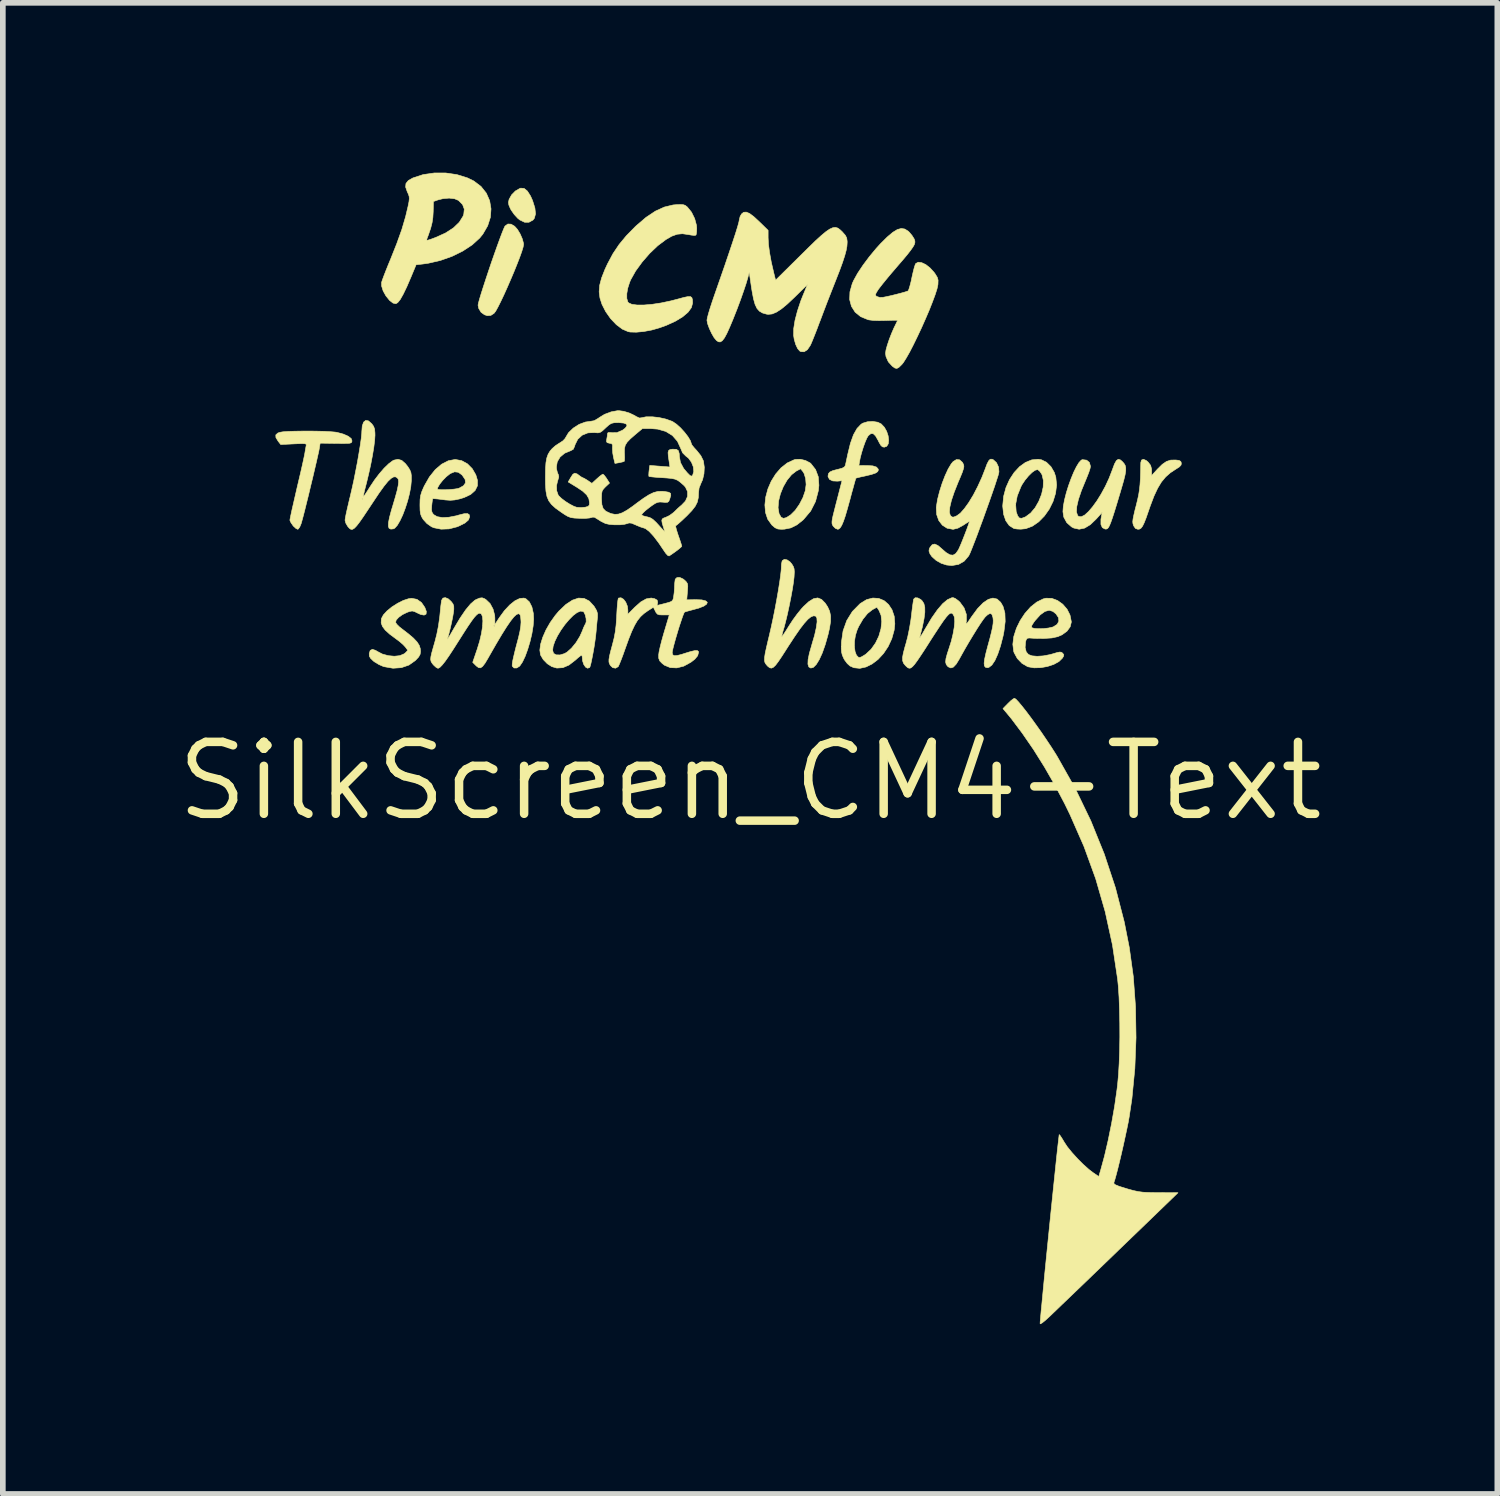
<source format=kicad_pcb>
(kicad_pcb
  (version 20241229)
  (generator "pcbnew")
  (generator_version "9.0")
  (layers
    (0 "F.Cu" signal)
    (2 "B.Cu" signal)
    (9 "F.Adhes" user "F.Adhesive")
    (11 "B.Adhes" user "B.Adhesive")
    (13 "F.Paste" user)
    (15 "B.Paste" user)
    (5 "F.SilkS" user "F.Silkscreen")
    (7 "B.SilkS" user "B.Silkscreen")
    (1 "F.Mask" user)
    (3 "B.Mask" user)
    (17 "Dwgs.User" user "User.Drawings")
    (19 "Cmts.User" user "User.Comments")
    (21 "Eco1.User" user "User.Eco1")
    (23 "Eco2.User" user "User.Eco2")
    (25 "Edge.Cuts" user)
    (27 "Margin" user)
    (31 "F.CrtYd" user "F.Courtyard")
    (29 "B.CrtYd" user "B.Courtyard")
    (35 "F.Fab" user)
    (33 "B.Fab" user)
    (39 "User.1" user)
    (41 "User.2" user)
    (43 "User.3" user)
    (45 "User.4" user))
  (footprint "SilkScreen_CM4-Text"
    (layer "F.Cu")
    (at 10.198 10.743)
    (property "Reference" "SilkScreen_CM4-Text" (at 0 0 0) (layer "F.SilkS") (effects (font (size 1.27 1.27) (thickness 0.15))))
    (attr through_hole)
    (fp_poly (pts (xy -3.991 -10.465) (xy -3.934 -10.419) (xy -3.879 -10.333) (xy -3.843 -10.253) (xy -3.801 -10.12) (xy -3.79 -10.015) (xy -3.811 -9.937) (xy -3.835 -9.907) (xy -3.905 -9.868) (xy -3.983 -9.868) (xy -4.067 -9.908) (xy -4.105 -9.939) (xy -4.165 -10.004) (xy -4.218 -10.08) (xy -4.234 -10.108) (xy -4.261 -10.172) (xy -4.268 -10.219) (xy -4.257 -10.27) (xy -4.255 -10.275) (xy -4.212 -10.352) (xy -4.145 -10.42) (xy -4.068 -10.464) (xy -4.051 -10.47) (xy -3.991 -10.465)) (stroke (width 0.01) (type solid)) (fill yes) (layer "F.SilkS"))
    (fp_poly (pts (xy -4.222 -9.834) (xy -4.159 -9.797) (xy -4.109 -9.741) (xy -4.061 -9.661) (xy -4.023 -9.573) (xy -4.002 -9.495) (xy -4.001 -9.475) (xy -4.009 -9.429) (xy -4.033 -9.35) (xy -4.07 -9.247) (xy -4.117 -9.126) (xy -4.171 -8.992) (xy -4.23 -8.853) (xy -4.29 -8.715) (xy -4.349 -8.584) (xy -4.405 -8.466) (xy -4.454 -8.369) (xy -4.493 -8.298) (xy -4.521 -8.261) (xy -4.521 -8.26) (xy -4.58 -8.222) (xy -4.642 -8.218) (xy -4.691 -8.234) (xy -4.752 -8.278) (xy -4.793 -8.346) (xy -4.805 -8.403) (xy -4.798 -8.44) (xy -4.779 -8.51) (xy -4.75 -8.607) (xy -4.712 -8.726) (xy -4.668 -8.861) (xy -4.62 -9.005) (xy -4.57 -9.154) (xy -4.519 -9.3) (xy -4.47 -9.438) (xy -4.425 -9.562) (xy -4.386 -9.666) (xy -4.355 -9.744) (xy -4.334 -9.791) (xy -4.328 -9.801) (xy -4.278 -9.837) (xy -4.222 -9.834)) (stroke (width 0.01) (type solid)) (fill yes) (layer "F.SilkS"))
    (fp_poly (pts (xy 6.996 -5.66) (xy 7.029 -5.632) (xy 7.073 -5.575) (xy 7.09 -5.511) (xy 7.091 -5.482) (xy 7.091 -5.394) (xy 7.196 -5.509) (xy 7.28 -5.592) (xy 7.354 -5.643) (xy 7.429 -5.667) (xy 7.516 -5.669) (xy 7.517 -5.669) (xy 7.576 -5.661) (xy 7.606 -5.644) (xy 7.616 -5.615) (xy 7.612 -5.581) (xy 7.584 -5.549) (xy 7.524 -5.51) (xy 7.522 -5.509) (xy 7.423 -5.444) (xy 7.339 -5.37) (xy 7.265 -5.281) (xy 7.198 -5.17) (xy 7.133 -5.031) (xy 7.068 -4.86) (xy 7.038 -4.773) (xy 6.995 -4.649) (xy 6.96 -4.56) (xy 6.931 -4.5) (xy 6.904 -4.465) (xy 6.876 -4.448) (xy 6.849 -4.445) (xy 6.806 -4.46) (xy 6.773 -4.508) (xy 6.772 -4.512) (xy 6.762 -4.543) (xy 6.758 -4.578) (xy 6.763 -4.625) (xy 6.776 -4.691) (xy 6.798 -4.786) (xy 6.816 -4.855) (xy 6.842 -4.96) (xy 6.862 -5.052) (xy 6.876 -5.14) (xy 6.886 -5.234) (xy 6.893 -5.342) (xy 6.897 -5.475) (xy 6.9 -5.623) (xy 6.913 -5.668) (xy 6.947 -5.681) (xy 6.996 -5.66)) (stroke (width 0.01) (type solid)) (fill yes) (layer "F.SilkS"))
    (fp_poly (pts (xy 2.272 -3.224) (xy 2.366 -3.185) (xy 2.445 -3.117) (xy 2.506 -3.024) (xy 2.545 -2.909) (xy 2.556 -2.775) (xy 2.544 -2.662) (xy 2.502 -2.512) (xy 2.438 -2.374) (xy 2.356 -2.251) (xy 2.26 -2.147) (xy 2.155 -2.067) (xy 2.046 -2.013) (xy 1.937 -1.989) (xy 1.833 -2) (xy 1.765 -2.03) (xy 1.716 -2.074) (xy 1.668 -2.138) (xy 1.652 -2.168) (xy 1.628 -2.223) (xy 1.615 -2.277) (xy 1.61 -2.343) (xy 1.611 -2.371) (xy 1.842 -2.371) (xy 1.854 -2.285) (xy 1.878 -2.221) (xy 1.913 -2.185) (xy 1.935 -2.18) (xy 1.967 -2.192) (xy 2.018 -2.222) (xy 2.046 -2.241) (xy 2.138 -2.327) (xy 2.215 -2.436) (xy 2.274 -2.559) (xy 2.311 -2.688) (xy 2.325 -2.813) (xy 2.313 -2.925) (xy 2.277 -3.011) (xy 2.239 -3.069) (xy 2.158 -3.024) (xy 2.073 -2.957) (xy 1.992 -2.856) (xy 1.919 -2.731) (xy 1.891 -2.669) (xy 1.86 -2.571) (xy 1.844 -2.469) (xy 1.842 -2.371) (xy 1.611 -2.371) (xy 1.613 -2.435) (xy 1.613 -2.45) (xy 1.642 -2.651) (xy 1.707 -2.833) (xy 1.806 -2.993) (xy 1.939 -3.128) (xy 1.947 -3.135) (xy 2.058 -3.203) (xy 2.168 -3.231) (xy 2.272 -3.224)) (stroke (width 0.01) (type solid)) (fill yes) (layer "F.SilkS"))
    (fp_poly (pts (xy 0.978 -5.66) (xy 1.057 -5.619) (xy 1.073 -5.606) (xy 1.156 -5.5) (xy 1.204 -5.372) (xy 1.215 -5.222) (xy 1.205 -5.126) (xy 1.155 -4.936) (xy 1.069 -4.767) (xy 0.947 -4.622) (xy 0.935 -4.61) (xy 0.826 -4.523) (xy 0.72 -4.47) (xy 0.605 -4.447) (xy 0.551 -4.445) (xy 0.49 -4.45) (xy 0.441 -4.472) (xy 0.387 -4.518) (xy 0.381 -4.525) (xy 0.311 -4.623) (xy 0.272 -4.741) (xy 0.265 -4.825) (xy 0.494 -4.825) (xy 0.511 -4.724) (xy 0.515 -4.714) (xy 0.547 -4.659) (xy 0.587 -4.638) (xy 0.64 -4.651) (xy 0.712 -4.697) (xy 0.721 -4.704) (xy 0.798 -4.781) (xy 0.871 -4.886) (xy 0.933 -5.005) (xy 0.974 -5.124) (xy 0.975 -5.128) (xy 0.989 -5.235) (xy 0.981 -5.34) (xy 0.954 -5.429) (xy 0.932 -5.465) (xy 0.892 -5.514) (xy 0.816 -5.474) (xy 0.731 -5.408) (xy 0.653 -5.313) (xy 0.586 -5.197) (xy 0.535 -5.071) (xy 0.503 -4.944) (xy 0.494 -4.825) (xy 0.265 -4.825) (xy 0.261 -4.874) (xy 0.276 -5.015) (xy 0.314 -5.157) (xy 0.373 -5.294) (xy 0.452 -5.421) (xy 0.546 -5.53) (xy 0.655 -5.616) (xy 0.776 -5.672) (xy 0.804 -5.679) (xy 0.887 -5.682) (xy 0.978 -5.66)) (stroke (width 0.01) (type solid)) (fill yes) (layer "F.SilkS"))
    (fp_poly (pts (xy 5.147 -5.672) (xy 5.235 -5.628) (xy 5.313 -5.551) (xy 5.372 -5.45) (xy 5.399 -5.367) (xy 5.413 -5.227) (xy 5.395 -5.082) (xy 5.351 -4.938) (xy 5.284 -4.802) (xy 5.198 -4.68) (xy 5.098 -4.578) (xy 4.987 -4.501) (xy 4.869 -4.456) (xy 4.782 -4.447) (xy 4.717 -4.45) (xy 4.667 -4.457) (xy 4.657 -4.46) (xy 4.577 -4.511) (xy 4.516 -4.596) (xy 4.477 -4.71) (xy 4.462 -4.848) (xy 4.462 -4.867) (xy 4.464 -4.887) (xy 4.69 -4.887) (xy 4.699 -4.757) (xy 4.725 -4.683) (xy 4.754 -4.645) (xy 4.796 -4.639) (xy 4.858 -4.662) (xy 4.866 -4.666) (xy 4.955 -4.732) (xy 5.034 -4.826) (xy 5.099 -4.94) (xy 5.148 -5.064) (xy 5.176 -5.189) (xy 5.18 -5.306) (xy 5.157 -5.405) (xy 5.15 -5.419) (xy 5.117 -5.468) (xy 5.083 -5.497) (xy 5.076 -5.499) (xy 5.034 -5.488) (xy 4.979 -5.449) (xy 4.917 -5.388) (xy 4.856 -5.314) (xy 4.803 -5.235) (xy 4.784 -5.199) (xy 4.718 -5.035) (xy 4.69 -4.887) (xy 4.464 -4.887) (xy 4.478 -5.029) (xy 4.519 -5.182) (xy 4.582 -5.323) (xy 4.663 -5.447) (xy 4.758 -5.55) (xy 4.863 -5.626) (xy 4.974 -5.671) (xy 5.088 -5.682) (xy 5.147 -5.672)) (stroke (width 0.01) (type solid)) (fill yes) (layer "F.SilkS"))
    (fp_poly (pts (xy -5.884 -3.208) (xy -5.804 -3.151) (xy -5.745 -3.065) (xy -5.718 -2.993) (xy -5.723 -2.947) (xy -5.758 -2.929) (xy -5.82 -2.941) (xy -5.872 -2.965) (xy -5.929 -2.993) (xy -5.969 -3.002) (xy -6.013 -2.994) (xy -6.06 -2.977) (xy -6.142 -2.937) (xy -6.208 -2.889) (xy -6.251 -2.841) (xy -6.261 -2.8) (xy -6.241 -2.768) (xy -6.197 -2.724) (xy -6.159 -2.694) (xy -6.037 -2.6) (xy -5.946 -2.523) (xy -5.883 -2.456) (xy -5.844 -2.396) (xy -5.825 -2.337) (xy -5.821 -2.288) (xy -5.828 -2.237) (xy -5.854 -2.19) (xy -5.907 -2.133) (xy -5.913 -2.127) (xy -6.026 -2.047) (xy -6.16 -2.001) (xy -6.307 -1.991) (xy -6.462 -2.018) (xy -6.477 -2.022) (xy -6.555 -2.056) (xy -6.633 -2.103) (xy -6.653 -2.118) (xy -6.703 -2.166) (xy -6.725 -2.205) (xy -6.727 -2.251) (xy -6.709 -2.306) (xy -6.67 -2.325) (xy -6.613 -2.306) (xy -6.588 -2.29) (xy -6.496 -2.242) (xy -6.391 -2.213) (xy -6.284 -2.203) (xy -6.187 -2.213) (xy -6.111 -2.245) (xy -6.09 -2.261) (xy -6.045 -2.307) (xy -6.088 -2.365) (xy -6.129 -2.409) (xy -6.19 -2.462) (xy -6.246 -2.504) (xy -6.362 -2.59) (xy -6.444 -2.664) (xy -6.493 -2.729) (xy -6.516 -2.791) (xy -6.513 -2.856) (xy -6.511 -2.869) (xy -6.477 -2.933) (xy -6.412 -3.004) (xy -6.326 -3.074) (xy -6.227 -3.137) (xy -6.126 -3.188) (xy -6.031 -3.219) (xy -5.977 -3.226) (xy -5.884 -3.208)) (stroke (width 0.01) (type solid)) (fill yes) (layer "F.SilkS"))
    (fp_poly (pts (xy -7.651 -6.178) (xy -7.524 -6.175) (xy -7.415 -6.169) (xy -7.332 -6.162) (xy -7.298 -6.157) (xy -7.183 -6.126) (xy -7.097 -6.088) (xy -7.045 -6.047) (xy -7.031 -6.005) (xy -7.036 -5.986) (xy -7.047 -5.973) (xy -7.072 -5.965) (xy -7.118 -5.962) (xy -7.191 -5.961) (xy -7.299 -5.962) (xy -7.316 -5.962) (xy -7.594 -5.966) (xy -7.608 -5.877) (xy -7.617 -5.827) (xy -7.636 -5.743) (xy -7.661 -5.632) (xy -7.692 -5.5) (xy -7.726 -5.354) (xy -7.763 -5.203) (xy -7.799 -5.051) (xy -7.835 -4.907) (xy -7.867 -4.777) (xy -7.895 -4.669) (xy -7.917 -4.588) (xy -7.929 -4.546) (xy -7.953 -4.488) (xy -7.978 -4.451) (xy -7.99 -4.445) (xy -8.021 -4.46) (xy -8.062 -4.497) (xy -8.073 -4.51) (xy -8.108 -4.56) (xy -8.127 -4.601) (xy -8.128 -4.608) (xy -8.123 -4.637) (xy -8.11 -4.701) (xy -8.09 -4.794) (xy -8.063 -4.911) (xy -8.032 -5.046) (xy -8.003 -5.172) (xy -7.968 -5.321) (xy -7.935 -5.461) (xy -7.907 -5.584) (xy -7.885 -5.685) (xy -7.87 -5.757) (xy -7.864 -5.789) (xy -7.853 -5.856) (xy -7.843 -5.911) (xy -7.841 -5.919) (xy -7.839 -5.939) (xy -7.846 -5.951) (xy -7.87 -5.957) (xy -7.918 -5.959) (xy -7.996 -5.956) (xy -8.061 -5.953) (xy -8.29 -5.942) (xy -8.336 -6.001) (xy -8.375 -6.065) (xy -8.377 -6.112) (xy -8.341 -6.145) (xy -8.303 -6.158) (xy -8.25 -6.167) (xy -8.163 -6.173) (xy -8.051 -6.177) (xy -7.923 -6.179) (xy -7.786 -6.18) (xy -7.651 -6.178)) (stroke (width 0.01) (type solid)) (fill yes) (layer "F.SilkS"))
    (fp_poly (pts (xy 6.539 -5.671) (xy 6.571 -5.644) (xy 6.603 -5.609) (xy 6.624 -5.574) (xy 6.634 -5.532) (xy 6.634 -5.477) (xy 6.622 -5.404) (xy 6.598 -5.306) (xy 6.561 -5.178) (xy 6.53 -5.073) (xy 6.477 -4.896) (xy 6.434 -4.756) (xy 6.399 -4.648) (xy 6.371 -4.568) (xy 6.348 -4.512) (xy 6.329 -4.477) (xy 6.311 -4.457) (xy 6.292 -4.449) (xy 6.272 -4.449) (xy 6.27 -4.449) (xy 6.221 -4.474) (xy 6.196 -4.531) (xy 6.196 -4.621) (xy 6.202 -4.656) (xy 6.218 -4.744) (xy 6.115 -4.629) (xy 6.009 -4.527) (xy 5.908 -4.466) (xy 5.811 -4.446) (xy 5.717 -4.467) (xy 5.678 -4.487) (xy 5.593 -4.562) (xy 5.54 -4.66) (xy 5.525 -4.758) (xy 5.532 -4.852) (xy 5.553 -4.964) (xy 5.584 -5.087) (xy 5.623 -5.213) (xy 5.668 -5.337) (xy 5.715 -5.452) (xy 5.763 -5.549) (xy 5.808 -5.623) (xy 5.849 -5.667) (xy 5.869 -5.675) (xy 5.943 -5.666) (xy 5.992 -5.626) (xy 6.011 -5.558) (xy 6.011 -5.553) (xy 6.003 -5.514) (xy 5.981 -5.447) (xy 5.948 -5.364) (xy 5.928 -5.315) (xy 5.851 -5.128) (xy 5.798 -4.971) (xy 5.769 -4.845) (xy 5.764 -4.75) (xy 5.784 -4.689) (xy 5.803 -4.671) (xy 5.848 -4.666) (xy 5.907 -4.695) (xy 5.974 -4.755) (xy 6.048 -4.841) (xy 6.125 -4.947) (xy 6.201 -5.07) (xy 6.274 -5.204) (xy 6.34 -5.346) (xy 6.396 -5.491) (xy 6.4 -5.502) (xy 6.436 -5.599) (xy 6.469 -5.658) (xy 6.502 -5.681) (xy 6.539 -5.671)) (stroke (width 0.01) (type solid)) (fill yes) (layer "F.SilkS"))
    (fp_poly (pts (xy -1.182 -10.178) (xy -1.146 -10.166) (xy -1.115 -10.142) (xy -1.108 -10.136) (xy -1.035 -10.046) (xy -0.979 -9.932) (xy -0.947 -9.813) (xy -0.943 -9.765) (xy -0.945 -9.7) (xy -0.952 -9.653) (xy -0.958 -9.64) (xy -0.985 -9.635) (xy -1.04 -9.641) (xy -1.089 -9.65) (xy -1.195 -9.665) (xy -1.289 -9.656) (xy -1.386 -9.621) (xy -1.486 -9.563) (xy -1.631 -9.454) (xy -1.774 -9.318) (xy -1.907 -9.165) (xy -2.022 -9.007) (xy -2.109 -8.852) (xy -2.128 -8.807) (xy -2.161 -8.704) (xy -2.178 -8.606) (xy -2.178 -8.522) (xy -2.16 -8.461) (xy -2.146 -8.444) (xy -2.088 -8.418) (xy -1.996 -8.406) (xy -1.876 -8.406) (xy -1.733 -8.418) (xy -1.574 -8.442) (xy -1.404 -8.478) (xy -1.276 -8.511) (xy -1.17 -8.54) (xy -1.097 -8.555) (xy -1.052 -8.554) (xy -1.028 -8.535) (xy -1.018 -8.497) (xy -1.016 -8.44) (xy -1.037 -8.36) (xy -1.096 -8.279) (xy -1.191 -8.198) (xy -1.318 -8.121) (xy -1.475 -8.049) (xy -1.599 -8.004) (xy -1.739 -7.964) (xy -1.88 -7.938) (xy -2.01 -7.926) (xy -2.118 -7.929) (xy -2.154 -7.936) (xy -2.258 -7.981) (xy -2.363 -8.06) (xy -2.463 -8.165) (xy -2.551 -8.29) (xy -2.616 -8.418) (xy -2.652 -8.53) (xy -2.666 -8.639) (xy -2.657 -8.755) (xy -2.623 -8.884) (xy -2.564 -9.034) (xy -2.518 -9.133) (xy -2.422 -9.313) (xy -2.314 -9.474) (xy -2.186 -9.629) (xy -2.03 -9.788) (xy -2.01 -9.807) (xy -1.837 -9.955) (xy -1.673 -10.064) (xy -1.515 -10.136) (xy -1.361 -10.173) (xy -1.317 -10.177) (xy -1.235 -10.181) (xy -1.182 -10.178)) (stroke (width 0.01) (type solid)) (fill yes) (layer "F.SilkS"))
    (fp_poly (pts (xy 5.329 -3.225) (xy 5.43 -3.187) (xy 5.522 -3.121) (xy 5.598 -3.033) (xy 5.65 -2.93) (xy 5.672 -2.819) (xy 5.673 -2.806) (xy 5.653 -2.723) (xy 5.597 -2.646) (xy 5.511 -2.583) (xy 5.434 -2.549) (xy 5.33 -2.526) (xy 5.191 -2.517) (xy 5.024 -2.519) (xy 4.933 -2.525) (xy 4.896 -2.521) (xy 4.875 -2.493) (xy 4.865 -2.455) (xy 4.857 -2.357) (xy 4.877 -2.279) (xy 4.917 -2.233) (xy 4.979 -2.21) (xy 5.069 -2.202) (xy 5.178 -2.209) (xy 5.294 -2.231) (xy 5.345 -2.245) (xy 5.422 -2.268) (xy 5.469 -2.277) (xy 5.498 -2.273) (xy 5.519 -2.258) (xy 5.52 -2.257) (xy 5.54 -2.23) (xy 5.535 -2.201) (xy 5.515 -2.169) (xy 5.454 -2.109) (xy 5.363 -2.059) (xy 5.251 -2.022) (xy 5.132 -2.001) (xy 5.015 -1.998) (xy 4.912 -2.016) (xy 4.9 -2.02) (xy 4.802 -2.077) (xy 4.719 -2.163) (xy 4.663 -2.266) (xy 4.655 -2.29) (xy 4.64 -2.414) (xy 4.657 -2.551) (xy 4.702 -2.692) (xy 4.715 -2.72) (xy 4.969 -2.72) (xy 4.979 -2.706) (xy 5.024 -2.693) (xy 5.096 -2.689) (xy 5.182 -2.691) (xy 5.268 -2.701) (xy 5.339 -2.717) (xy 5.355 -2.722) (xy 5.423 -2.766) (xy 5.453 -2.822) (xy 5.446 -2.886) (xy 5.402 -2.951) (xy 5.347 -2.995) (xy 5.282 -3.015) (xy 5.207 -2.994) (xy 5.124 -2.934) (xy 5.035 -2.835) (xy 5.013 -2.806) (xy 4.978 -2.752) (xy 4.969 -2.72) (xy 4.715 -2.72) (xy 4.769 -2.831) (xy 4.854 -2.96) (xy 4.953 -3.072) (xy 5.062 -3.159) (xy 5.175 -3.215) (xy 5.226 -3.228) (xy 5.329 -3.225)) (stroke (width 0.01) (type solid)) (fill yes) (layer "F.SilkS"))
    (fp_poly (pts (xy -2.931 -3.224) (xy -2.841 -3.178) (xy -2.76 -3.09) (xy -2.747 -3.071) (xy -2.71 -3.007) (xy -2.695 -2.954) (xy -2.695 -2.893) (xy -2.698 -2.868) (xy -2.707 -2.781) (xy -2.716 -2.683) (xy -2.719 -2.646) (xy -2.727 -2.566) (xy -2.74 -2.469) (xy -2.756 -2.362) (xy -2.775 -2.255) (xy -2.794 -2.157) (xy -2.811 -2.077) (xy -2.826 -2.022) (xy -2.834 -2.004) (xy -2.87 -1.991) (xy -2.906 -2.011) (xy -2.938 -2.058) (xy -2.959 -2.122) (xy -2.963 -2.171) (xy -2.968 -2.21) (xy -2.977 -2.223) (xy -2.998 -2.209) (xy -3.041 -2.175) (xy -3.084 -2.136) (xy -3.198 -2.048) (xy -3.307 -2.001) (xy -3.413 -1.994) (xy -3.503 -2.02) (xy -3.582 -2.071) (xy -3.654 -2.145) (xy -3.701 -2.225) (xy -3.702 -2.228) (xy -3.713 -2.306) (xy -3.488 -2.306) (xy -3.471 -2.254) (xy -3.471 -2.253) (xy -3.424 -2.227) (xy -3.356 -2.226) (xy -3.28 -2.249) (xy -3.235 -2.274) (xy -3.154 -2.346) (xy -3.074 -2.444) (xy -3.006 -2.555) (xy -2.965 -2.646) (xy -2.94 -2.711) (xy -2.917 -2.759) (xy -2.907 -2.774) (xy -2.895 -2.811) (xy -2.897 -2.869) (xy -2.911 -2.931) (xy -2.934 -2.979) (xy -2.947 -2.993) (xy -2.996 -3) (xy -3.057 -2.974) (xy -3.126 -2.922) (xy -3.199 -2.848) (xy -3.273 -2.76) (xy -3.342 -2.663) (xy -3.402 -2.563) (xy -3.449 -2.466) (xy -3.479 -2.378) (xy -3.488 -2.306) (xy -3.713 -2.306) (xy -3.714 -2.31) (xy -3.7 -2.416) (xy -3.662 -2.538) (xy -3.605 -2.668) (xy -3.53 -2.799) (xy -3.442 -2.923) (xy -3.377 -3) (xy -3.253 -3.118) (xy -3.137 -3.194) (xy -3.029 -3.23) (xy -2.931 -3.224)) (stroke (width 0.01) (type solid)) (fill yes) (layer "F.SilkS"))
    (fp_poly (pts (xy -5.377 -10.738) (xy -5.178 -10.709) (xy -4.994 -10.652) (xy -4.881 -10.597) (xy -4.753 -10.5) (xy -4.659 -10.382) (xy -4.6 -10.248) (xy -4.576 -10.104) (xy -4.587 -9.955) (xy -4.635 -9.805) (xy -4.719 -9.66) (xy -4.776 -9.589) (xy -4.909 -9.468) (xy -5.075 -9.359) (xy -5.264 -9.266) (xy -5.47 -9.193) (xy -5.683 -9.144) (xy -5.781 -9.13) (xy -5.899 -9.117) (xy -5.988 -8.903) (xy -6.062 -8.731) (xy -6.126 -8.598) (xy -6.179 -8.504) (xy -6.224 -8.448) (xy -6.257 -8.429) (xy -6.306 -8.44) (xy -6.364 -8.484) (xy -6.366 -8.486) (xy -6.432 -8.567) (xy -6.481 -8.655) (xy -6.508 -8.741) (xy -6.509 -8.805) (xy -6.496 -8.845) (xy -6.47 -8.916) (xy -6.433 -9.011) (xy -6.389 -9.121) (xy -6.349 -9.217) (xy -6.239 -9.494) (xy -6.215 -9.561) (xy -5.713 -9.561) (xy -5.708 -9.55) (xy -5.685 -9.553) (xy -5.637 -9.568) (xy -5.557 -9.598) (xy -5.552 -9.6) (xy -5.381 -9.677) (xy -5.241 -9.767) (xy -5.137 -9.867) (xy -5.07 -9.974) (xy -5.057 -10.009) (xy -5.048 -10.1) (xy -5.078 -10.18) (xy -5.149 -10.252) (xy -5.149 -10.253) (xy -5.22 -10.283) (xy -5.315 -10.294) (xy -5.422 -10.285) (xy -5.511 -10.263) (xy -5.593 -10.234) (xy -5.597 -10.054) (xy -5.603 -9.952) (xy -5.617 -9.859) (xy -5.642 -9.761) (xy -5.682 -9.644) (xy -5.705 -9.583) (xy -5.713 -9.561) (xy -6.215 -9.561) (xy -6.15 -9.743) (xy -6.084 -9.968) (xy -6.042 -10.145) (xy -6.025 -10.228) (xy -6.019 -10.284) (xy -6.022 -10.325) (xy -6.036 -10.366) (xy -6.055 -10.406) (xy -6.084 -10.489) (xy -6.078 -10.553) (xy -6.036 -10.605) (xy -5.956 -10.65) (xy -5.776 -10.709) (xy -5.58 -10.738) (xy -5.377 -10.738)) (stroke (width 0.01) (type solid)) (fill yes) (layer "F.SilkS"))
    (fp_poly (pts (xy -5.094 -5.657) (xy -4.992 -5.601) (xy -4.907 -5.515) (xy -4.844 -5.406) (xy -4.815 -5.309) (xy -4.816 -5.213) (xy -4.857 -5.13) (xy -4.936 -5.06) (xy -5.053 -5.005) (xy -5.132 -4.981) (xy -5.219 -4.963) (xy -5.295 -4.957) (xy -5.381 -4.963) (xy -5.435 -4.97) (xy -5.513 -4.98) (xy -5.572 -4.985) (xy -5.603 -4.986) (xy -5.605 -4.986) (xy -5.611 -4.962) (xy -5.618 -4.91) (xy -5.623 -4.865) (xy -5.627 -4.794) (xy -5.619 -4.748) (xy -5.596 -4.712) (xy -5.589 -4.704) (xy -5.527 -4.668) (xy -5.435 -4.652) (xy -5.32 -4.658) (xy -5.187 -4.684) (xy -5.144 -4.697) (xy -5.052 -4.72) (xy -4.993 -4.723) (xy -4.962 -4.705) (xy -4.953 -4.667) (xy -4.974 -4.61) (xy -5.037 -4.555) (xy -5.141 -4.503) (xy -5.178 -4.488) (xy -5.318 -4.452) (xy -5.457 -4.447) (xy -5.584 -4.472) (xy -5.627 -4.49) (xy -5.708 -4.547) (xy -5.774 -4.62) (xy -5.775 -4.621) (xy -5.804 -4.671) (xy -5.821 -4.719) (xy -5.829 -4.78) (xy -5.831 -4.868) (xy -5.831 -4.877) (xy -5.829 -4.969) (xy -5.82 -5.039) (xy -5.8 -5.106) (xy -5.779 -5.155) (xy -5.524 -5.155) (xy -5.505 -5.147) (xy -5.455 -5.143) (xy -5.386 -5.143) (xy -5.307 -5.147) (xy -5.231 -5.154) (xy -5.169 -5.163) (xy -5.138 -5.172) (xy -5.061 -5.215) (xy -5.027 -5.265) (xy -5.033 -5.324) (xy -5.08 -5.394) (xy -5.09 -5.406) (xy -5.153 -5.452) (xy -5.22 -5.46) (xy -5.296 -5.429) (xy -5.368 -5.372) (xy -5.432 -5.306) (xy -5.484 -5.24) (xy -5.517 -5.183) (xy -5.524 -5.155) (xy -5.779 -5.155) (xy -5.765 -5.187) (xy -5.754 -5.211) (xy -5.664 -5.369) (xy -5.561 -5.498) (xy -5.449 -5.594) (xy -5.331 -5.655) (xy -5.211 -5.678) (xy -5.206 -5.678) (xy -5.094 -5.657)) (stroke (width 0.01) (type solid)) (fill yes) (layer "F.SilkS"))
    (fp_poly (pts (xy 2.254 -6.336) (xy 2.315 -6.306) (xy 2.371 -6.247) (xy 2.412 -6.174) (xy 2.438 -6.095) (xy 2.447 -6.019) (xy 2.44 -5.955) (xy 2.413 -5.911) (xy 2.369 -5.895) (xy 2.336 -5.902) (xy 2.307 -5.93) (xy 2.275 -5.986) (xy 2.26 -6.017) (xy 2.215 -6.095) (xy 2.174 -6.134) (xy 2.132 -6.134) (xy 2.087 -6.098) (xy 2.062 -6.056) (xy 2.031 -5.984) (xy 1.999 -5.895) (xy 1.969 -5.798) (xy 1.945 -5.707) (xy 1.935 -5.653) (xy 1.921 -5.57) (xy 2.062 -5.571) (xy 2.166 -5.565) (xy 2.232 -5.544) (xy 2.262 -5.509) (xy 2.265 -5.491) (xy 2.253 -5.463) (xy 2.213 -5.437) (xy 2.142 -5.413) (xy 2.033 -5.387) (xy 2.029 -5.386) (xy 1.954 -5.37) (xy 1.897 -5.356) (xy 1.87 -5.348) (xy 1.869 -5.347) (xy 1.861 -5.326) (xy 1.845 -5.27) (xy 1.822 -5.186) (xy 1.793 -5.083) (xy 1.768 -4.987) (xy 1.721 -4.817) (xy 1.682 -4.683) (xy 1.648 -4.584) (xy 1.618 -4.514) (xy 1.591 -4.471) (xy 1.565 -4.449) (xy 1.547 -4.445) (xy 1.506 -4.462) (xy 1.467 -4.501) (xy 1.454 -4.523) (xy 1.447 -4.545) (xy 1.446 -4.576) (xy 1.451 -4.621) (xy 1.465 -4.686) (xy 1.488 -4.778) (xy 1.52 -4.904) (xy 1.527 -4.93) (xy 1.623 -5.303) (xy 1.544 -5.295) (xy 1.46 -5.299) (xy 1.403 -5.326) (xy 1.377 -5.373) (xy 1.376 -5.385) (xy 1.383 -5.427) (xy 1.409 -5.457) (xy 1.461 -5.481) (xy 1.548 -5.504) (xy 1.551 -5.504) (xy 1.625 -5.524) (xy 1.666 -5.546) (xy 1.683 -5.575) (xy 1.683 -5.576) (xy 1.692 -5.618) (xy 1.707 -5.687) (xy 1.724 -5.768) (xy 1.725 -5.772) (xy 1.772 -5.964) (xy 1.826 -6.115) (xy 1.889 -6.226) (xy 1.96 -6.3) (xy 1.99 -6.319) (xy 2.072 -6.344) (xy 2.165 -6.35) (xy 2.254 -6.336)) (stroke (width 0.01) (type solid)) (fill yes) (layer "F.SilkS"))
    (fp_poly (pts (xy 0.653 -3.905) (xy 0.705 -3.869) (xy 0.737 -3.831) (xy 0.763 -3.788) (xy 0.777 -3.747) (xy 0.781 -3.693) (xy 0.777 -3.613) (xy 0.776 -3.598) (xy 0.765 -3.505) (xy 0.746 -3.382) (xy 0.72 -3.24) (xy 0.69 -3.09) (xy 0.658 -2.942) (xy 0.626 -2.809) (xy 0.597 -2.7) (xy 0.593 -2.689) (xy 0.573 -2.62) (xy 0.561 -2.569) (xy 0.558 -2.547) (xy 0.558 -2.547) (xy 0.571 -2.561) (xy 0.601 -2.604) (xy 0.644 -2.67) (xy 0.69 -2.744) (xy 0.756 -2.845) (xy 0.832 -2.949) (xy 0.906 -3.04) (xy 0.942 -3.08) (xy 1.039 -3.169) (xy 1.122 -3.22) (xy 1.195 -3.233) (xy 1.262 -3.206) (xy 1.326 -3.141) (xy 1.369 -3.076) (xy 1.404 -2.999) (xy 1.422 -2.915) (xy 1.421 -2.817) (xy 1.402 -2.695) (xy 1.376 -2.582) (xy 1.327 -2.409) (xy 1.275 -2.261) (xy 1.221 -2.143) (xy 1.168 -2.057) (xy 1.117 -2.006) (xy 1.072 -1.994) (xy 1.037 -2.014) (xy 1.021 -2.063) (xy 1.024 -2.143) (xy 1.047 -2.256) (xy 1.09 -2.405) (xy 1.091 -2.41) (xy 1.139 -2.573) (xy 1.169 -2.708) (xy 1.183 -2.81) (xy 1.179 -2.879) (xy 1.157 -2.912) (xy 1.155 -2.913) (xy 1.117 -2.916) (xy 1.072 -2.897) (xy 1.019 -2.854) (xy 0.955 -2.783) (xy 0.878 -2.683) (xy 0.787 -2.551) (xy 0.678 -2.385) (xy 0.645 -2.333) (xy 0.563 -2.205) (xy 0.499 -2.11) (xy 0.45 -2.045) (xy 0.41 -2.007) (xy 0.377 -1.993) (xy 0.347 -1.999) (xy 0.316 -2.022) (xy 0.297 -2.042) (xy 0.275 -2.069) (xy 0.26 -2.097) (xy 0.254 -2.134) (xy 0.256 -2.185) (xy 0.267 -2.257) (xy 0.288 -2.354) (xy 0.318 -2.483) (xy 0.337 -2.561) (xy 0.371 -2.709) (xy 0.406 -2.871) (xy 0.44 -3.04) (xy 0.471 -3.207) (xy 0.499 -3.367) (xy 0.522 -3.512) (xy 0.539 -3.634) (xy 0.549 -3.726) (xy 0.551 -3.763) (xy 0.554 -3.829) (xy 0.564 -3.879) (xy 0.569 -3.891) (xy 0.604 -3.914) (xy 0.653 -3.905)) (stroke (width 0.01) (type solid)) (fill yes) (layer "F.SilkS"))
    (fp_poly (pts (xy 4.294 -5.674) (xy 4.351 -5.622) (xy 4.387 -5.545) (xy 4.395 -5.46) (xy 4.392 -5.444) (xy 4.38 -5.395) (xy 4.354 -5.315) (xy 4.319 -5.207) (xy 4.275 -5.08) (xy 4.225 -4.937) (xy 4.171 -4.786) (xy 4.116 -4.632) (xy 4.06 -4.481) (xy 4.008 -4.339) (xy 3.959 -4.212) (xy 3.918 -4.107) (xy 3.886 -4.028) (xy 3.864 -3.982) (xy 3.862 -3.977) (xy 3.781 -3.882) (xy 3.682 -3.825) (xy 3.565 -3.805) (xy 3.471 -3.814) (xy 3.376 -3.844) (xy 3.285 -3.896) (xy 3.212 -3.961) (xy 3.177 -4.011) (xy 3.159 -4.061) (xy 3.165 -4.101) (xy 3.178 -4.126) (xy 3.216 -4.173) (xy 3.261 -4.184) (xy 3.318 -4.158) (xy 3.373 -4.111) (xy 3.46 -4.035) (xy 3.529 -3.994) (xy 3.584 -3.988) (xy 3.632 -4.016) (xy 3.676 -4.078) (xy 3.678 -4.081) (xy 3.697 -4.121) (xy 3.726 -4.188) (xy 3.759 -4.27) (xy 3.794 -4.359) (xy 3.827 -4.445) (xy 3.853 -4.518) (xy 3.87 -4.568) (xy 3.873 -4.584) (xy 3.858 -4.576) (xy 3.816 -4.551) (xy 3.766 -4.518) (xy 3.67 -4.465) (xy 3.589 -4.445) (xy 3.58 -4.445) (xy 3.479 -4.464) (xy 3.395 -4.518) (xy 3.332 -4.6) (xy 3.295 -4.705) (xy 3.288 -4.825) (xy 3.29 -4.845) (xy 3.311 -4.975) (xy 3.347 -5.116) (xy 3.392 -5.258) (xy 3.444 -5.393) (xy 3.498 -5.51) (xy 3.552 -5.6) (xy 3.585 -5.64) (xy 3.643 -5.676) (xy 3.7 -5.672) (xy 3.749 -5.628) (xy 3.763 -5.602) (xy 3.773 -5.577) (xy 3.775 -5.548) (xy 3.766 -5.508) (xy 3.747 -5.45) (xy 3.713 -5.367) (xy 3.674 -5.276) (xy 3.605 -5.102) (xy 3.555 -4.954) (xy 3.527 -4.835) (xy 3.52 -4.746) (xy 3.535 -4.691) (xy 3.541 -4.684) (xy 3.568 -4.662) (xy 3.596 -4.661) (xy 3.642 -4.68) (xy 3.65 -4.683) (xy 3.714 -4.73) (xy 3.786 -4.812) (xy 3.864 -4.921) (xy 3.944 -5.053) (xy 4.021 -5.202) (xy 4.093 -5.36) (xy 4.149 -5.503) (xy 4.184 -5.597) (xy 4.214 -5.655) (xy 4.241 -5.682) (xy 4.272 -5.683) (xy 4.294 -5.674)) (stroke (width 0.01) (type solid)) (fill yes) (layer "F.SilkS"))
    (fp_poly (pts (xy -6.741 -6.36) (xy -6.685 -6.311) (xy -6.68 -6.306) (xy -6.649 -6.262) (xy -6.632 -6.214) (xy -6.626 -6.148) (xy -6.625 -6.105) (xy -6.631 -6.015) (xy -6.646 -5.893) (xy -6.67 -5.748) (xy -6.7 -5.59) (xy -6.736 -5.427) (xy -6.774 -5.268) (xy -6.784 -5.23) (xy -6.806 -5.145) (xy -6.822 -5.076) (xy -6.83 -5.033) (xy -6.83 -5.024) (xy -6.817 -5.037) (xy -6.786 -5.08) (xy -6.745 -5.144) (xy -6.713 -5.195) (xy -6.634 -5.314) (xy -6.548 -5.427) (xy -6.462 -5.526) (xy -6.38 -5.605) (xy -6.311 -5.656) (xy -6.291 -5.666) (xy -6.219 -5.681) (xy -6.153 -5.662) (xy -6.088 -5.605) (xy -6.044 -5.549) (xy -6.01 -5.495) (xy -5.991 -5.448) (xy -5.983 -5.392) (xy -5.983 -5.309) (xy -5.983 -5.305) (xy -5.993 -5.196) (xy -6.016 -5.074) (xy -6.049 -4.945) (xy -6.09 -4.818) (xy -6.135 -4.699) (xy -6.184 -4.595) (xy -6.231 -4.515) (xy -6.276 -4.465) (xy -6.299 -4.453) (xy -6.345 -4.448) (xy -6.376 -4.462) (xy -6.389 -4.498) (xy -6.387 -4.562) (xy -6.369 -4.655) (xy -6.335 -4.782) (xy -6.31 -4.864) (xy -6.265 -5.016) (xy -6.233 -5.133) (xy -6.215 -5.22) (xy -6.208 -5.282) (xy -6.212 -5.323) (xy -6.224 -5.345) (xy -6.256 -5.37) (xy -6.294 -5.371) (xy -6.34 -5.345) (xy -6.397 -5.291) (xy -6.466 -5.206) (xy -6.551 -5.088) (xy -6.647 -4.944) (xy -6.75 -4.789) (xy -6.832 -4.666) (xy -6.897 -4.573) (xy -6.948 -4.507) (xy -6.988 -4.465) (xy -7.02 -4.445) (xy -7.047 -4.443) (xy -7.071 -4.457) (xy -7.096 -4.483) (xy -7.11 -4.501) (xy -7.141 -4.555) (xy -7.154 -4.605) (xy -7.154 -4.605) (xy -7.149 -4.642) (xy -7.136 -4.711) (xy -7.115 -4.806) (xy -7.089 -4.917) (xy -7.073 -4.985) (xy -6.858 -4.985) (xy -6.847 -4.974) (xy -6.837 -4.985) (xy -6.847 -4.995) (xy -6.858 -4.985) (xy -7.073 -4.985) (xy -7.069 -5) (xy -7.035 -5.145) (xy -7 -5.303) (xy -6.967 -5.469) (xy -6.935 -5.634) (xy -6.908 -5.79) (xy -6.885 -5.931) (xy -6.868 -6.05) (xy -6.859 -6.138) (xy -6.858 -6.169) (xy -6.85 -6.271) (xy -6.826 -6.338) (xy -6.789 -6.368) (xy -6.741 -6.36)) (stroke (width 0.01) (type solid)) (fill yes) (layer "F.SilkS"))
    (fp_poly (pts (xy 2.732 -9.748) (xy 2.791 -9.711) (xy 2.811 -9.692) (xy 2.859 -9.635) (xy 2.896 -9.576) (xy 2.901 -9.565) (xy 2.91 -9.537) (xy 2.91 -9.507) (xy 2.9 -9.473) (xy 2.875 -9.429) (xy 2.834 -9.371) (xy 2.774 -9.294) (xy 2.691 -9.195) (xy 2.582 -9.069) (xy 2.574 -9.059) (xy 2.488 -8.959) (xy 2.408 -8.863) (xy 2.339 -8.778) (xy 2.287 -8.711) (xy 2.263 -8.679) (xy 2.228 -8.623) (xy 2.214 -8.591) (xy 2.221 -8.57) (xy 2.236 -8.557) (xy 2.289 -8.54) (xy 2.348 -8.542) (xy 2.41 -8.554) (xy 2.491 -8.572) (xy 2.58 -8.594) (xy 2.665 -8.616) (xy 2.736 -8.636) (xy 2.781 -8.651) (xy 2.79 -8.655) (xy 2.803 -8.68) (xy 2.821 -8.738) (xy 2.842 -8.818) (xy 2.857 -8.89) (xy 2.878 -8.984) (xy 2.898 -9.063) (xy 2.916 -9.119) (xy 2.925 -9.138) (xy 2.969 -9.162) (xy 3.031 -9.154) (xy 3.103 -9.12) (xy 3.178 -9.061) (xy 3.249 -8.983) (xy 3.268 -8.957) (xy 3.305 -8.896) (xy 3.32 -8.845) (xy 3.318 -8.78) (xy 3.317 -8.765) (xy 3.301 -8.691) (xy 3.268 -8.588) (xy 3.221 -8.461) (xy 3.164 -8.317) (xy 3.098 -8.163) (xy 3.028 -8.005) (xy 2.955 -7.85) (xy 2.884 -7.704) (xy 2.817 -7.574) (xy 2.756 -7.467) (xy 2.706 -7.388) (xy 2.681 -7.357) (xy 2.629 -7.306) (xy 2.592 -7.286) (xy 2.557 -7.293) (xy 2.511 -7.326) (xy 2.441 -7.403) (xy 2.4 -7.495) (xy 2.392 -7.554) (xy 2.4 -7.612) (xy 2.423 -7.696) (xy 2.457 -7.797) (xy 2.497 -7.901) (xy 2.54 -8) (xy 2.553 -8.027) (xy 2.581 -8.084) (xy 2.6 -8.124) (xy 2.603 -8.134) (xy 2.584 -8.137) (xy 2.531 -8.137) (xy 2.453 -8.135) (xy 2.387 -8.133) (xy 2.276 -8.131) (xy 2.176 -8.134) (xy 2.101 -8.143) (xy 2.083 -8.147) (xy 1.953 -8.2) (xy 1.855 -8.28) (xy 1.79 -8.382) (xy 1.758 -8.502) (xy 1.763 -8.638) (xy 1.804 -8.784) (xy 1.828 -8.838) (xy 1.898 -8.965) (xy 1.993 -9.108) (xy 2.105 -9.258) (xy 2.226 -9.404) (xy 2.305 -9.491) (xy 2.422 -9.607) (xy 2.519 -9.689) (xy 2.6 -9.739) (xy 2.67 -9.758) (xy 2.732 -9.748)) (stroke (width 0.01) (type solid)) (fill yes) (layer "F.SilkS"))
    (fp_poly (pts (xy -0.01 -10.023) (xy 0.065 -9.967) (xy 0.16 -9.879) (xy 0.161 -9.878) (xy 0.318 -9.725) (xy 0.318 -9.598) (xy 0.324 -9.478) (xy 0.344 -9.329) (xy 0.374 -9.163) (xy 0.414 -8.991) (xy 0.414 -8.989) (xy 0.45 -8.845) (xy 0.887 -9.277) (xy 1.036 -9.424) (xy 1.158 -9.543) (xy 1.259 -9.635) (xy 1.34 -9.702) (xy 1.406 -9.747) (xy 1.46 -9.771) (xy 1.505 -9.777) (xy 1.546 -9.766) (xy 1.584 -9.74) (xy 1.625 -9.702) (xy 1.633 -9.693) (xy 1.682 -9.637) (xy 1.706 -9.59) (xy 1.714 -9.533) (xy 1.714 -9.506) (xy 1.71 -9.444) (xy 1.696 -9.369) (xy 1.671 -9.276) (xy 1.633 -9.16) (xy 1.581 -9.017) (xy 1.513 -8.843) (xy 1.481 -8.762) (xy 1.424 -8.617) (xy 1.359 -8.451) (xy 1.295 -8.283) (xy 1.238 -8.131) (xy 1.228 -8.107) (xy 1.184 -7.989) (xy 1.141 -7.879) (xy 1.103 -7.784) (xy 1.074 -7.716) (xy 1.062 -7.691) (xy 1.011 -7.616) (xy 0.954 -7.58) (xy 0.896 -7.583) (xy 0.876 -7.594) (xy 0.839 -7.637) (xy 0.805 -7.71) (xy 0.779 -7.8) (xy 0.768 -7.872) (xy 0.77 -7.99) (xy 0.793 -8.135) (xy 0.836 -8.3) (xy 0.895 -8.478) (xy 0.93 -8.566) (xy 1.013 -8.768) (xy 0.785 -8.544) (xy 0.659 -8.425) (xy 0.554 -8.338) (xy 0.465 -8.28) (xy 0.389 -8.248) (xy 0.32 -8.241) (xy 0.29 -8.245) (xy 0.22 -8.265) (xy 0.165 -8.297) (xy 0.122 -8.345) (xy 0.088 -8.416) (xy 0.06 -8.515) (xy 0.035 -8.647) (xy 0.022 -8.729) (xy -0.015 -8.985) (xy -0.04 -8.89) (xy -0.07 -8.788) (xy -0.114 -8.656) (xy -0.168 -8.502) (xy -0.23 -8.336) (xy -0.297 -8.167) (xy -0.297 -8.166) (xy -0.36 -8.016) (xy -0.411 -7.903) (xy -0.454 -7.824) (xy -0.492 -7.775) (xy -0.527 -7.754) (xy -0.56 -7.757) (xy -0.594 -7.78) (xy -0.636 -7.83) (xy -0.68 -7.906) (xy -0.72 -7.992) (xy -0.75 -8.074) (xy -0.762 -8.136) (xy -0.762 -8.139) (xy -0.755 -8.179) (xy -0.736 -8.252) (xy -0.707 -8.348) (xy -0.671 -8.459) (xy -0.643 -8.541) (xy -0.54 -8.837) (xy -0.449 -9.098) (xy -0.372 -9.325) (xy -0.308 -9.516) (xy -0.257 -9.671) (xy -0.221 -9.788) (xy -0.199 -9.868) (xy -0.191 -9.908) (xy -0.191 -9.909) (xy -0.177 -9.968) (xy -0.152 -10.013) (xy -0.114 -10.044) (xy -0.068 -10.047) (xy -0.01 -10.023)) (stroke (width 0.01) (type solid)) (fill yes) (layer "F.SilkS"))
    (fp_poly (pts (xy -1.183 -3.567) (xy -1.154 -3.544) (xy -1.123 -3.512) (xy -1.106 -3.482) (xy -1.101 -3.439) (xy -1.105 -3.371) (xy -1.107 -3.344) (xy -1.119 -3.199) (xy -0.962 -3.202) (xy -0.854 -3.198) (xy -0.785 -3.181) (xy -0.756 -3.156) (xy -0.767 -3.124) (xy -0.816 -3.089) (xy -0.906 -3.053) (xy -0.965 -3.037) (xy -1.046 -3.015) (xy -1.112 -2.997) (xy -1.152 -2.985) (xy -1.157 -2.984) (xy -1.17 -2.961) (xy -1.192 -2.906) (xy -1.219 -2.826) (xy -1.251 -2.73) (xy -1.283 -2.625) (xy -1.314 -2.52) (xy -1.341 -2.423) (xy -1.362 -2.342) (xy -1.374 -2.285) (xy -1.376 -2.266) (xy -1.368 -2.23) (xy -1.342 -2.213) (xy -1.291 -2.215) (xy -1.211 -2.235) (xy -1.156 -2.253) (xy -1.049 -2.286) (xy -0.975 -2.303) (xy -0.932 -2.303) (xy -0.912 -2.287) (xy -0.91 -2.274) (xy -0.926 -2.212) (xy -0.977 -2.15) (xy -1.046 -2.097) (xy -1.172 -2.028) (xy -1.295 -1.997) (xy -1.41 -2.002) (xy -1.512 -2.044) (xy -1.551 -2.074) (xy -1.596 -2.12) (xy -1.614 -2.167) (xy -1.615 -2.226) (xy -1.608 -2.279) (xy -1.59 -2.362) (xy -1.564 -2.466) (xy -1.532 -2.581) (xy -1.519 -2.625) (xy -1.427 -2.933) (xy -1.534 -2.932) (xy -1.599 -2.934) (xy -1.636 -2.946) (xy -1.661 -2.974) (xy -1.674 -3) (xy -1.708 -3.068) (xy -1.802 -3.009) (xy -1.874 -2.958) (xy -1.935 -2.902) (xy -1.99 -2.834) (xy -2.04 -2.749) (xy -2.091 -2.641) (xy -2.146 -2.503) (xy -2.204 -2.342) (xy -2.242 -2.235) (xy -2.277 -2.142) (xy -2.306 -2.07) (xy -2.326 -2.026) (xy -2.33 -2.019) (xy -2.376 -1.992) (xy -2.426 -2.001) (xy -2.465 -2.037) (xy -2.483 -2.068) (xy -2.493 -2.101) (xy -2.493 -2.145) (xy -2.483 -2.207) (xy -2.462 -2.294) (xy -2.433 -2.402) (xy -2.402 -2.524) (xy -2.381 -2.636) (xy -2.367 -2.753) (xy -2.357 -2.894) (xy -2.356 -2.927) (xy -2.35 -3.034) (xy -2.343 -3.125) (xy -2.335 -3.192) (xy -2.327 -3.227) (xy -2.325 -3.23) (xy -2.281 -3.236) (xy -2.235 -3.209) (xy -2.196 -3.157) (xy -2.168 -3.088) (xy -2.159 -3.018) (xy -2.159 -2.944) (xy -2.037 -3.068) (xy -1.931 -3.162) (xy -1.835 -3.216) (xy -1.747 -3.231) (xy -1.686 -3.219) (xy -1.642 -3.194) (xy -1.633 -3.159) (xy -1.634 -3.148) (xy -1.643 -3.1) (xy -1.504 -3.135) (xy -1.43 -3.155) (xy -1.388 -3.172) (xy -1.366 -3.195) (xy -1.354 -3.231) (xy -1.351 -3.252) (xy -1.341 -3.327) (xy -1.335 -3.412) (xy -1.335 -3.433) (xy -1.331 -3.499) (xy -1.324 -3.552) (xy -1.321 -3.565) (xy -1.291 -3.593) (xy -1.241 -3.594) (xy -1.183 -3.567)) (stroke (width 0.01) (type solid)) (fill yes) (layer "F.SilkS"))
    (fp_poly (pts (xy 3.622 -3.224) (xy 3.672 -3.188) (xy 3.705 -3.158) (xy 3.779 -3.057) (xy 3.819 -2.942) (xy 3.82 -2.823) (xy 3.819 -2.82) (xy 3.814 -2.786) (xy 3.818 -2.774) (xy 3.833 -2.787) (xy 3.864 -2.83) (xy 3.914 -2.904) (xy 4.017 -3.044) (xy 4.115 -3.145) (xy 4.206 -3.207) (xy 4.288 -3.23) (xy 4.362 -3.213) (xy 4.425 -3.156) (xy 4.467 -3.083) (xy 4.5 -2.966) (xy 4.505 -2.817) (xy 4.483 -2.638) (xy 4.468 -2.561) (xy 4.423 -2.386) (xy 4.374 -2.24) (xy 4.323 -2.126) (xy 4.27 -2.047) (xy 4.217 -2.006) (xy 4.19 -2) (xy 4.157 -2.008) (xy 4.138 -2.033) (xy 4.133 -2.08) (xy 4.142 -2.153) (xy 4.165 -2.258) (xy 4.199 -2.387) (xy 4.238 -2.529) (xy 4.265 -2.638) (xy 4.283 -2.721) (xy 4.292 -2.784) (xy 4.294 -2.834) (xy 4.29 -2.878) (xy 4.288 -2.889) (xy 4.27 -2.943) (xy 4.241 -2.96) (xy 4.197 -2.938) (xy 4.155 -2.9) (xy 4.121 -2.857) (xy 4.07 -2.784) (xy 4.007 -2.686) (xy 3.936 -2.571) (xy 3.86 -2.445) (xy 3.784 -2.314) (xy 3.712 -2.185) (xy 3.696 -2.155) (xy 3.64 -2.064) (xy 3.59 -2.011) (xy 3.545 -1.996) (xy 3.499 -2.016) (xy 3.491 -2.023) (xy 3.464 -2.057) (xy 3.453 -2.1) (xy 3.459 -2.161) (xy 3.482 -2.247) (xy 3.512 -2.338) (xy 3.553 -2.467) (xy 3.584 -2.595) (xy 3.605 -2.714) (xy 3.614 -2.814) (xy 3.609 -2.888) (xy 3.602 -2.91) (xy 3.584 -2.944) (xy 3.564 -2.963) (xy 3.539 -2.963) (xy 3.508 -2.943) (xy 3.467 -2.898) (xy 3.414 -2.828) (xy 3.346 -2.728) (xy 3.26 -2.597) (xy 3.196 -2.498) (xy 3.097 -2.342) (xy 3.017 -2.22) (xy 2.954 -2.127) (xy 2.905 -2.06) (xy 2.867 -2.018) (xy 2.836 -1.995) (xy 2.81 -1.991) (xy 2.786 -2) (xy 2.76 -2.022) (xy 2.74 -2.042) (xy 2.71 -2.079) (xy 2.694 -2.123) (xy 2.692 -2.18) (xy 2.706 -2.258) (xy 2.734 -2.364) (xy 2.752 -2.425) (xy 2.784 -2.547) (xy 2.814 -2.692) (xy 2.839 -2.841) (xy 2.848 -2.91) (xy 2.86 -3.015) (xy 2.872 -3.106) (xy 2.882 -3.174) (xy 2.888 -3.21) (xy 2.889 -3.212) (xy 2.916 -3.236) (xy 2.961 -3.233) (xy 3.013 -3.206) (xy 3.038 -3.182) (xy 3.069 -3.134) (xy 3.085 -3.068) (xy 3.086 -2.981) (xy 3.072 -2.867) (xy 3.043 -2.723) (xy 2.997 -2.545) (xy 2.993 -2.529) (xy 2.998 -2.53) (xy 3.019 -2.562) (xy 3.054 -2.62) (xy 3.099 -2.698) (xy 3.1 -2.699) (xy 3.206 -2.877) (xy 3.307 -3.021) (xy 3.4 -3.13) (xy 3.486 -3.202) (xy 3.562 -3.236) (xy 3.585 -3.238) (xy 3.622 -3.224)) (stroke (width 0.01) (type solid)) (fill yes) (layer "F.SilkS"))
    (fp_poly (pts (xy -5.33 -3.216) (xy -5.281 -3.171) (xy -5.248 -3.128) (xy -5.234 -3.088) (xy -5.233 -3.034) (xy -5.238 -2.986) (xy -5.251 -2.905) (xy -5.272 -2.8) (xy -5.298 -2.687) (xy -5.324 -2.583) (xy -5.347 -2.505) (xy -5.342 -2.507) (xy -5.321 -2.541) (xy -5.285 -2.6) (xy -5.239 -2.68) (xy -5.23 -2.696) (xy -5.122 -2.877) (xy -5.024 -3.021) (xy -4.938 -3.125) (xy -4.864 -3.19) (xy -4.84 -3.204) (xy -4.777 -3.23) (xy -4.733 -3.235) (xy -4.69 -3.219) (xy -4.666 -3.204) (xy -4.593 -3.134) (xy -4.54 -3.036) (xy -4.511 -2.925) (xy -4.508 -2.877) (xy -4.508 -2.763) (xy -4.433 -2.879) (xy -4.34 -3.007) (xy -4.245 -3.109) (xy -4.154 -3.182) (xy -4.069 -3.223) (xy -3.995 -3.23) (xy -3.961 -3.219) (xy -3.899 -3.163) (xy -3.854 -3.074) (xy -3.828 -2.958) (xy -3.823 -2.857) (xy -3.832 -2.737) (xy -3.854 -2.601) (xy -3.887 -2.461) (xy -3.928 -2.324) (xy -3.973 -2.201) (xy -4.021 -2.1) (xy -4.068 -2.031) (xy -4.072 -2.027) (xy -4.122 -1.995) (xy -4.169 -1.995) (xy -4.2 -2.027) (xy -4.202 -2.032) (xy -4.201 -2.067) (xy -4.19 -2.135) (xy -4.169 -2.227) (xy -4.142 -2.338) (xy -4.128 -2.391) (xy -4.09 -2.534) (xy -4.065 -2.644) (xy -4.051 -2.731) (xy -4.046 -2.802) (xy -4.047 -2.83) (xy -4.053 -2.9) (xy -4.063 -2.937) (xy -4.081 -2.951) (xy -4.095 -2.953) (xy -4.128 -2.939) (xy -4.172 -2.898) (xy -4.229 -2.827) (xy -4.299 -2.725) (xy -4.384 -2.59) (xy -4.485 -2.42) (xy -4.603 -2.214) (xy -4.627 -2.171) (xy -4.682 -2.079) (xy -4.725 -2.023) (xy -4.761 -1.998) (xy -4.796 -2.002) (xy -4.835 -2.031) (xy -4.841 -2.037) (xy -4.899 -2.095) (xy -4.819 -2.33) (xy -4.776 -2.471) (xy -4.745 -2.604) (xy -4.726 -2.725) (xy -4.725 -2.741) (xy -4.53 -2.741) (xy -4.519 -2.731) (xy -4.508 -2.741) (xy -4.519 -2.752) (xy -4.53 -2.741) (xy -4.725 -2.741) (xy -4.72 -2.826) (xy -4.727 -2.903) (xy -4.748 -2.951) (xy -4.774 -2.963) (xy -4.8 -2.957) (xy -4.83 -2.934) (xy -4.869 -2.892) (xy -4.918 -2.827) (xy -4.981 -2.735) (xy -5.06 -2.613) (xy -5.138 -2.49) (xy -5.239 -2.331) (xy -5.321 -2.206) (xy -5.386 -2.113) (xy -5.438 -2.048) (xy -5.477 -2.008) (xy -5.506 -1.991) (xy -5.514 -1.99) (xy -5.544 -2.005) (xy -5.585 -2.042) (xy -5.598 -2.056) (xy -5.621 -2.086) (xy -5.636 -2.114) (xy -5.642 -2.147) (xy -5.638 -2.193) (xy -5.624 -2.258) (xy -5.598 -2.351) (xy -5.566 -2.463) (xy -5.534 -2.589) (xy -5.505 -2.734) (xy -5.485 -2.875) (xy -5.481 -2.907) (xy -5.471 -3.008) (xy -5.462 -3.096) (xy -5.453 -3.162) (xy -5.449 -3.191) (xy -5.425 -3.23) (xy -5.383 -3.238) (xy -5.33 -3.216)) (stroke (width 0.01) (type solid)) (fill yes) (layer "F.SilkS"))
    (fp_poly (pts (xy 4.695 -1.444) (xy 4.74 -1.396) (xy 4.802 -1.322) (xy 4.877 -1.227) (xy 4.961 -1.115) (xy 5.05 -0.992) (xy 5.143 -0.861) (xy 5.234 -0.727) (xy 5.321 -0.596) (xy 5.4 -0.472) (xy 5.427 -0.427) (xy 5.742 0.132) (xy 6.018 0.705) (xy 6.255 1.291) (xy 6.452 1.886) (xy 6.608 2.49) (xy 6.697 2.942) (xy 6.768 3.456) (xy 6.807 3.99) (xy 6.816 4.534) (xy 6.795 5.078) (xy 6.743 5.613) (xy 6.696 5.927) (xy 6.679 6.025) (xy 6.654 6.147) (xy 6.624 6.286) (xy 6.592 6.433) (xy 6.558 6.582) (xy 6.524 6.725) (xy 6.492 6.856) (xy 6.463 6.966) (xy 6.44 7.048) (xy 6.425 7.092) (xy 6.427 7.113) (xy 6.454 7.133) (xy 6.513 7.157) (xy 6.556 7.171) (xy 6.676 7.208) (xy 6.771 7.234) (xy 6.855 7.252) (xy 6.938 7.263) (xy 7.034 7.268) (xy 7.154 7.27) (xy 7.223 7.27) (xy 7.337 7.271) (xy 7.433 7.271) (xy 7.507 7.272) (xy 7.549 7.272) (xy 7.557 7.273) (xy 7.542 7.287) (xy 7.499 7.329) (xy 7.432 7.394) (xy 7.343 7.48) (xy 7.235 7.584) (xy 7.111 7.704) (xy 6.973 7.837) (xy 6.826 7.979) (xy 6.67 8.129) (xy 6.51 8.283) (xy 6.349 8.439) (xy 6.188 8.594) (xy 6.031 8.745) (xy 5.882 8.889) (xy 5.742 9.023) (xy 5.614 9.146) (xy 5.502 9.253) (xy 5.409 9.343) (xy 5.337 9.412) (xy 5.289 9.458) (xy 5.276 9.47) (xy 5.212 9.528) (xy 5.161 9.569) (xy 5.129 9.588) (xy 5.122 9.586) (xy 5.123 9.554) (xy 5.129 9.486) (xy 5.138 9.384) (xy 5.151 9.253) (xy 5.166 9.096) (xy 5.183 8.917) (xy 5.202 8.72) (xy 5.223 8.509) (xy 5.245 8.289) (xy 5.268 8.061) (xy 5.291 7.832) (xy 5.314 7.604) (xy 5.337 7.381) (xy 5.359 7.167) (xy 5.38 6.966) (xy 5.399 6.782) (xy 5.416 6.619) (xy 5.431 6.481) (xy 5.444 6.37) (xy 5.453 6.293) (xy 5.458 6.251) (xy 5.459 6.245) (xy 5.475 6.262) (xy 5.505 6.307) (xy 5.543 6.37) (xy 5.546 6.376) (xy 5.603 6.462) (xy 5.685 6.563) (xy 5.782 6.67) (xy 5.884 6.772) (xy 5.982 6.86) (xy 6.058 6.918) (xy 6.158 6.986) (xy 6.191 6.874) (xy 6.259 6.625) (xy 6.324 6.346) (xy 6.384 6.05) (xy 6.437 5.749) (xy 6.479 5.455) (xy 6.49 5.366) (xy 6.506 5.193) (xy 6.518 4.989) (xy 6.526 4.762) (xy 6.53 4.522) (xy 6.529 4.278) (xy 6.524 4.041) (xy 6.516 3.82) (xy 6.503 3.625) (xy 6.491 3.503) (xy 6.4 2.897) (xy 6.271 2.307) (xy 6.104 1.728) (xy 5.897 1.158) (xy 5.649 0.593) (xy 5.556 0.402) (xy 5.383 0.074) (xy 5.198 -0.248) (xy 5.005 -0.556) (xy 4.808 -0.842) (xy 4.615 -1.099) (xy 4.536 -1.195) (xy 4.466 -1.278) (xy 4.555 -1.369) (xy 4.606 -1.418) (xy 4.649 -1.451) (xy 4.669 -1.46) (xy 4.695 -1.444)) (stroke (width 0.01) (type solid)) (fill yes) (layer "F.SilkS"))
    (fp_poly (pts (xy -2.229 -6.528) (xy -2.129 -6.497) (xy -2.037 -6.453) (xy -2.015 -6.438) (xy -1.954 -6.41) (xy -1.916 -6.415) (xy -1.835 -6.432) (xy -1.729 -6.432) (xy -1.611 -6.419) (xy -1.493 -6.393) (xy -1.389 -6.356) (xy -1.365 -6.345) (xy -1.299 -6.3) (xy -1.227 -6.235) (xy -1.158 -6.159) (xy -1.098 -6.081) (xy -1.055 -6.01) (xy -1.037 -5.956) (xy -1.037 -5.952) (xy -1.024 -5.929) (xy -0.988 -5.885) (xy -0.943 -5.836) (xy -0.871 -5.746) (xy -0.828 -5.659) (xy -0.824 -5.647) (xy -0.809 -5.54) (xy -0.815 -5.425) (xy -0.84 -5.319) (xy -0.866 -5.262) (xy -0.901 -5.175) (xy -0.91 -5.099) (xy -0.915 -5.003) (xy -0.933 -4.924) (xy -0.97 -4.851) (xy -1.03 -4.774) (xy -1.118 -4.682) (xy -1.128 -4.673) (xy -1.197 -4.607) (xy -1.256 -4.554) (xy -1.297 -4.519) (xy -1.314 -4.508) (xy -1.314 -4.49) (xy -1.302 -4.441) (xy -1.28 -4.37) (xy -1.268 -4.334) (xy -1.24 -4.254) (xy -1.219 -4.19) (xy -1.208 -4.151) (xy -1.207 -4.145) (xy -1.222 -4.128) (xy -1.262 -4.094) (xy -1.317 -4.052) (xy -1.375 -4.011) (xy -1.426 -3.977) (xy -1.43 -3.974) (xy -1.453 -3.982) (xy -1.488 -4.019) (xy -1.509 -4.049) (xy -1.613 -4.203) (xy -1.704 -4.323) (xy -1.783 -4.408) (xy -1.847 -4.457) (xy -1.874 -4.467) (xy -1.932 -4.485) (xy -2.003 -4.514) (xy -2.029 -4.526) (xy -2.095 -4.553) (xy -2.139 -4.557) (xy -2.163 -4.548) (xy -2.219 -4.533) (xy -2.3 -4.524) (xy -2.393 -4.524) (xy -2.482 -4.531) (xy -2.552 -4.546) (xy -2.561 -4.55) (xy -2.632 -4.585) (xy -2.698 -4.627) (xy -2.699 -4.627) (xy -2.749 -4.658) (xy -2.787 -4.659) (xy -2.801 -4.653) (xy -2.84 -4.644) (xy -2.908 -4.638) (xy -2.992 -4.638) (xy -3.015 -4.639) (xy -3.102 -4.643) (xy -3.164 -4.652) (xy -3.216 -4.671) (xy -3.273 -4.704) (xy -3.341 -4.75) (xy -3.437 -4.819) (xy -3.507 -4.883) (xy -3.556 -4.948) (xy -3.588 -5.025) (xy -3.606 -5.12) (xy -3.614 -5.242) (xy -3.615 -5.366) (xy -3.613 -5.51) (xy -3.611 -5.542) (xy -3.422 -5.542) (xy -3.418 -5.507) (xy -3.404 -5.449) (xy -3.387 -5.409) (xy -3.385 -5.406) (xy -3.379 -5.369) (xy -3.397 -5.306) (xy -3.399 -5.303) (xy -3.419 -5.216) (xy -3.416 -5.126) (xy -3.39 -5.051) (xy -3.38 -5.037) (xy -3.332 -4.99) (xy -3.262 -4.937) (xy -3.184 -4.888) (xy -3.111 -4.85) (xy -3.061 -4.833) (xy -2.985 -4.829) (xy -2.912 -4.835) (xy -2.861 -4.849) (xy -2.84 -4.873) (xy -2.836 -4.914) (xy -2.848 -4.986) (xy -2.886 -5.052) (xy -2.956 -5.118) (xy -3.059 -5.187) (xy -3.213 -5.281) (xy -3.167 -5.36) (xy -3.13 -5.417) (xy -3.096 -5.436) (xy -3.054 -5.422) (xy -3.021 -5.397) (xy -2.98 -5.368) (xy -2.954 -5.355) (xy -2.954 -5.355) (xy -2.929 -5.344) (xy -2.884 -5.317) (xy -2.867 -5.306) (xy -2.794 -5.256) (xy -2.706 -5.337) (xy -2.655 -5.382) (xy -2.615 -5.411) (xy -2.6 -5.419) (xy -2.579 -5.402) (xy -2.547 -5.361) (xy -2.533 -5.34) (xy -2.483 -5.261) (xy -2.554 -5.195) (xy -2.591 -5.156) (xy -2.613 -5.121) (xy -2.622 -5.076) (xy -2.625 -5.005) (xy -2.625 -4.981) (xy -2.618 -4.88) (xy -2.595 -4.811) (xy -2.548 -4.764) (xy -2.471 -4.728) (xy -2.45 -4.721) (xy -2.389 -4.709) (xy -2.327 -4.713) (xy -2.258 -4.736) (xy -2.175 -4.782) (xy -2.072 -4.853) (xy -2.001 -4.907) (xy -1.881 -4.994) (xy -1.785 -5.055) (xy -1.704 -5.094) (xy -1.63 -5.113) (xy -1.555 -5.116) (xy -1.508 -5.112) (xy -1.439 -5.1) (xy -1.405 -5.08) (xy -1.401 -5.042) (xy -1.42 -4.979) (xy -1.436 -4.939) (xy -1.459 -4.922) (xy -1.501 -4.92) (xy -1.542 -4.924) (xy -1.593 -4.927) (xy -1.634 -4.921) (xy -1.677 -4.902) (xy -1.734 -4.864) (xy -1.784 -4.827) (xy -1.848 -4.776) (xy -1.894 -4.732) (xy -1.915 -4.704) (xy -1.915 -4.698) (xy -1.888 -4.682) (xy -1.836 -4.668) (xy -1.819 -4.665) (xy -1.767 -4.65) (xy -1.718 -4.621) (xy -1.661 -4.568) (xy -1.624 -4.528) (xy -1.572 -4.47) (xy -1.532 -4.427) (xy -1.511 -4.405) (xy -1.51 -4.404) (xy -1.513 -4.421) (xy -1.525 -4.464) (xy -1.528 -4.471) (xy -1.552 -4.551) (xy -1.56 -4.599) (xy -1.552 -4.627) (xy -1.525 -4.644) (xy -1.489 -4.657) (xy -1.424 -4.688) (xy -1.356 -4.738) (xy -1.332 -4.76) (xy -1.279 -4.812) (xy -1.231 -4.855) (xy -1.214 -4.868) (xy -1.142 -4.943) (xy -1.105 -5.026) (xy -1.105 -5.111) (xy -1.142 -5.19) (xy -1.169 -5.22) (xy -1.228 -5.272) (xy -1.276 -5.308) (xy -1.325 -5.33) (xy -1.386 -5.343) (xy -1.47 -5.351) (xy -1.547 -5.356) (xy -1.642 -5.362) (xy -1.719 -5.369) (xy -1.771 -5.375) (xy -1.787 -5.379) (xy -1.79 -5.403) (xy -1.787 -5.455) (xy -1.784 -5.48) (xy -1.772 -5.573) (xy -1.416 -5.545) (xy -1.431 -5.646) (xy -1.445 -5.74) (xy -1.449 -5.8) (xy -1.44 -5.835) (xy -1.417 -5.852) (xy -1.377 -5.859) (xy -1.367 -5.859) (xy -1.304 -5.858) (xy -1.267 -5.834) (xy -1.252 -5.782) (xy -1.249 -5.73) (xy -1.23 -5.624) (xy -1.174 -5.519) (xy -1.108 -5.441) (xy -1.064 -5.397) (xy -1.037 -5.383) (xy -1.019 -5.394) (xy -1.016 -5.397) (xy -0.995 -5.465) (xy -1.003 -5.547) (xy -1.036 -5.63) (xy -1.089 -5.702) (xy -1.137 -5.74) (xy -1.192 -5.795) (xy -1.224 -5.87) (xy -1.283 -5.999) (xy -1.372 -6.101) (xy -1.489 -6.173) (xy -1.631 -6.214) (xy -1.745 -6.223) (xy -1.903 -6.223) (xy -2.031 -6.116) (xy -2.116 -6.042) (xy -2.172 -5.983) (xy -2.205 -5.93) (xy -2.219 -5.871) (xy -2.22 -5.799) (xy -2.219 -5.781) (xy -2.217 -5.712) (xy -2.219 -5.663) (xy -2.223 -5.645) (xy -2.248 -5.636) (xy -2.299 -5.624) (xy -2.31 -5.622) (xy -2.387 -5.608) (xy -2.412 -5.712) (xy -2.426 -5.79) (xy -2.431 -5.864) (xy -2.431 -5.888) (xy -2.43 -5.936) (xy -2.447 -5.958) (xy -2.484 -5.965) (xy -2.525 -5.975) (xy -2.537 -5.998) (xy -2.532 -6.037) (xy -2.522 -6.093) (xy -2.519 -6.133) (xy -2.509 -6.153) (xy -2.473 -6.155) (xy -2.447 -6.151) (xy -2.35 -6.153) (xy -2.253 -6.195) (xy -2.207 -6.23) (xy -2.175 -6.271) (xy -2.184 -6.302) (xy -2.232 -6.321) (xy -2.319 -6.329) (xy -2.331 -6.329) (xy -2.401 -6.327) (xy -2.449 -6.316) (xy -2.492 -6.29) (xy -2.547 -6.241) (xy -2.553 -6.235) (xy -2.608 -6.184) (xy -2.648 -6.157) (xy -2.687 -6.148) (xy -2.74 -6.152) (xy -2.75 -6.153) (xy -2.865 -6.148) (xy -2.966 -6.107) (xy -3.044 -6.035) (xy -3.093 -5.936) (xy -3.099 -5.912) (xy -3.123 -5.858) (xy -3.17 -5.832) (xy -3.171 -5.832) (xy -3.275 -5.789) (xy -3.356 -5.721) (xy -3.406 -5.637) (xy -3.422 -5.542) (xy -3.611 -5.542) (xy -3.606 -5.62) (xy -3.591 -5.704) (xy -3.567 -5.771) (xy -3.533 -5.827) (xy -3.496 -5.87) (xy -3.438 -5.921) (xy -3.37 -5.966) (xy -3.359 -5.972) (xy -3.304 -6.009) (xy -3.266 -6.05) (xy -3.261 -6.061) (xy -3.207 -6.151) (xy -3.123 -6.232) (xy -3.02 -6.298) (xy -2.91 -6.339) (xy -2.83 -6.35) (xy -2.753 -6.363) (xy -2.677 -6.408) (xy -2.669 -6.415) (xy -2.571 -6.475) (xy -2.454 -6.519) (xy -2.34 -6.54) (xy -2.317 -6.54) (xy -2.229 -6.528)) (stroke (width 0.01) (type solid)) (fill yes) (layer "F.SilkS")))
  (gr_rect
    (start -3 -3)
    (end 23.395 23.336)
    (stroke (width 0.1) (type default))
    (fill no)
    (layer "Edge.Cuts")))
</source>
